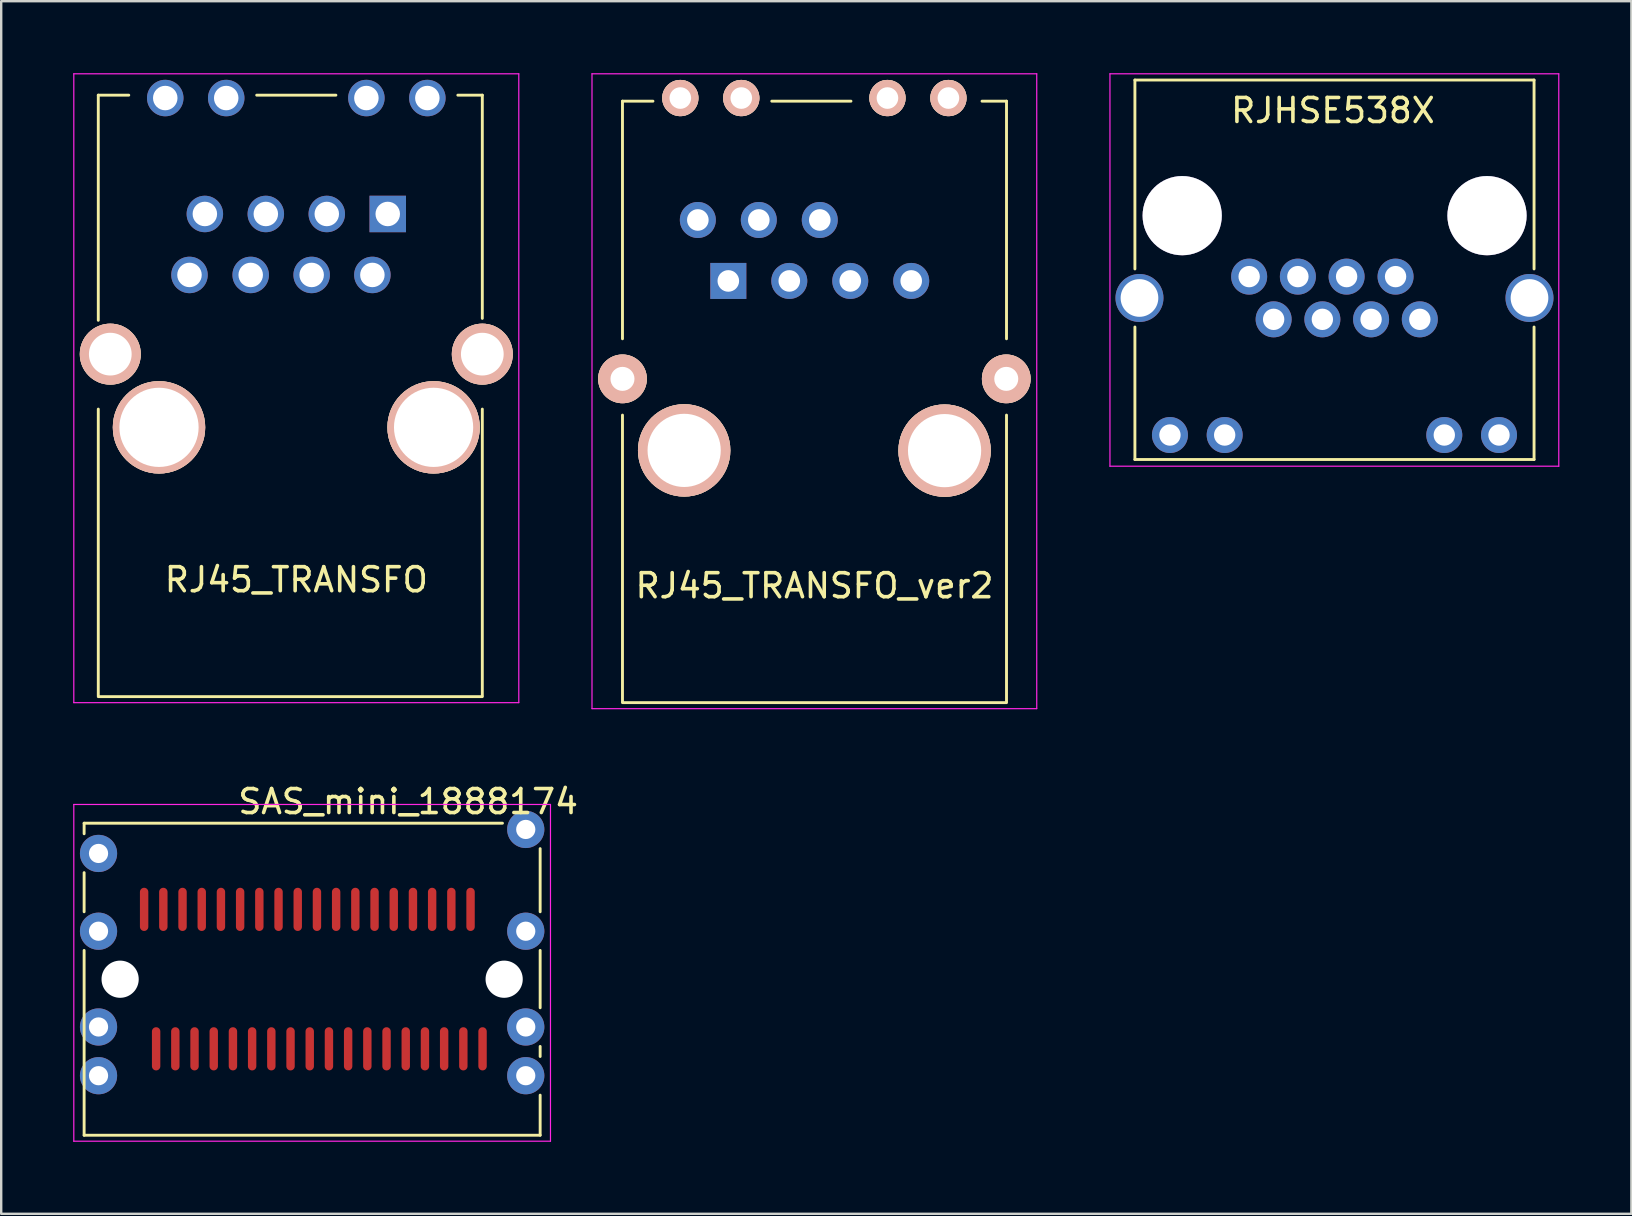
<source format=kicad_pcb>
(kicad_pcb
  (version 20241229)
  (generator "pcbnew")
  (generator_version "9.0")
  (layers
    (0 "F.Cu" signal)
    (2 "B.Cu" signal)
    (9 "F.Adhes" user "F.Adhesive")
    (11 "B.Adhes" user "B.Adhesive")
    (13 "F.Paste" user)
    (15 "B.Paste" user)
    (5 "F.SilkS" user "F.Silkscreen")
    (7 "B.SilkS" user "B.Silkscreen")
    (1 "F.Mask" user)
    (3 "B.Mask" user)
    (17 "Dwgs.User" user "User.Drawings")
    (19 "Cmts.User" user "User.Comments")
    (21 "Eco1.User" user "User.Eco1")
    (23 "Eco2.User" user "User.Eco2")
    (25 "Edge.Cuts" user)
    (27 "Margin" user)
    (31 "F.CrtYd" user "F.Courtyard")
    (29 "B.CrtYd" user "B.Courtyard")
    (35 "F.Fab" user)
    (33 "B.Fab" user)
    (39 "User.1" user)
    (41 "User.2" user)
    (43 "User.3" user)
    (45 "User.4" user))
  (footprint "SAS_mini_1888174"
    (layer "F.Cu")
    (at 9.955 36.638)
    (property "Reference" "SAS_mini_1888174" (at 4 -6.29 0) (layer "F.SilkS") (effects (font (size 1 1) (thickness 0.15))))
    (attr smd)
    (fp_line (start -9.5 -5.39) (end -9.5 -4.95) (stroke (width 0.12) (type solid)) (layer "F.SilkS"))
    (fp_line (start -9.5 -3.33) (end -9.5 -1.7) (stroke (width 0.12) (type solid)) (layer "F.SilkS"))
    (fp_line (start -9.5 -0.09) (end -9.5 7.61) (stroke (width 0.12) (type solid)) (layer "F.SilkS"))
    (fp_line (start -9.5 7.61) (end 9.5 7.61) (stroke (width 0.12) (type solid)) (layer "F.SilkS"))
    (fp_line (start 7.93 -5.39) (end -9.5 -5.39) (stroke (width 0.12) (type solid)) (layer "F.SilkS"))
    (fp_line (start 9.5 -4.33) (end 9.5 -1.7) (stroke (width 0.12) (type solid)) (layer "F.SilkS"))
    (fp_line (start 9.5 -0.09) (end 9.5 2.3) (stroke (width 0.12) (type solid)) (layer "F.SilkS"))
    (fp_line (start 9.5 3.91) (end 9.5 4.33) (stroke (width 0.12) (type solid)) (layer "F.SilkS"))
    (fp_line (start 9.5 5.94) (end 9.5 7.61) (stroke (width 0.12) (type solid)) (layer "F.SilkS"))
    (fp_line (start -9.93 -6.17) (end -9.93 7.86) (stroke (width 0.05) (type solid)) (layer "F.CrtYd"))
    (fp_line (start -9.93 -6.17) (end 9.93 -6.17) (stroke (width 0.05) (type solid)) (layer "F.CrtYd"))
    (fp_line (start 9.93 7.86) (end -9.93 7.86) (stroke (width 0.05) (type solid)) (layer "F.CrtYd"))
    (fp_line (start 9.93 7.86) (end 9.93 -6.17) (stroke (width 0.05) (type solid)) (layer "F.CrtYd"))
    (pad "" np_thru_hole circle (at -8 1.11) (size 1.55 1.55) (drill 1.55) (layers "*.Mask" "B.Cu"))
    (pad "" np_thru_hole circle (at 8 1.11) (size 1.55 1.55) (drill 1.55) (layers "*.Mask" "B.Cu"))
    (pad "1" thru_hole circle (at -8.9 -4.13) (size 1.55 1.55) (drill 0.8) (layers "*.Cu" "*.Mask"))
    (pad "2" thru_hole circle (at -8.9 -0.89) (size 1.55 1.55) (drill 0.8) (layers "*.Cu" "*.Mask"))
    (pad "3" thru_hole circle (at -8.9 3.1) (size 1.55 1.55) (drill 0.8) (layers "*.Cu" "*.Mask"))
    (pad "4" thru_hole circle (at -8.9 5.13) (size 1.55 1.55) (drill 0.8) (layers "*.Cu" "*.Mask"))
    (pad "5" thru_hole circle (at 8.9 -5.13) (size 1.55 1.55) (drill 0.8) (layers "*.Cu" "*.Mask"))
    (pad "6" thru_hole circle (at 8.9 -0.89) (size 1.55 1.55) (drill 0.8) (layers "*.Cu" "*.Mask"))
    (pad "7" thru_hole circle (at 8.9 3.1) (size 1.55 1.55) (drill 0.8) (layers "*.Cu" "*.Mask"))
    (pad "8" thru_hole circle (at 8.9 5.13) (size 1.55 1.55) (drill 0.8) (layers "*.Cu" "*.Mask"))
    (pad "A1" smd oval (at -6.5 4.01) (size 0.35 1.8) (layers "F.Cu" "F.Mask" "F.Paste"))
    (pad "A2" smd oval (at -5.7 4.01) (size 0.35 1.8) (layers "F.Cu" "F.Mask" "F.Paste"))
    (pad "A3" smd oval (at -4.9 4.01) (size 0.35 1.8) (layers "F.Cu" "F.Mask" "F.Paste"))
    (pad "A4" smd oval (at -4.1 4.01) (size 0.35 1.8) (layers "F.Cu" "F.Mask" "F.Paste"))
    (pad "A5" smd oval (at -3.3 4.01) (size 0.35 1.8) (layers "F.Cu" "F.Mask" "F.Paste"))
    (pad "A6" smd oval (at -2.5 4.01) (size 0.35 1.8) (layers "F.Cu" "F.Mask" "F.Paste"))
    (pad "A7" smd oval (at -1.7 4.01) (size 0.35 1.8) (layers "F.Cu" "F.Mask" "F.Paste"))
    (pad "A8" smd oval (at -0.9 4.01) (size 0.35 1.8) (layers "F.Cu" "F.Mask" "F.Paste"))
    (pad "A9" smd oval (at -0.1 4.01) (size 0.35 1.8) (layers "F.Cu" "F.Mask" "F.Paste"))
    (pad "A10" smd oval (at 0.7 4.01) (size 0.35 1.8) (layers "F.Cu" "F.Mask" "F.Paste"))
    (pad "A11" smd oval (at 1.5 4.01) (size 0.35 1.8) (layers "F.Cu" "F.Mask" "F.Paste"))
    (pad "A12" smd oval (at 2.3 4.01) (size 0.35 1.8) (layers "F.Cu" "F.Mask" "F.Paste"))
    (pad "A13" smd oval (at 3.1 4.01) (size 0.35 1.8) (layers "F.Cu" "F.Mask" "F.Paste"))
    (pad "A14" smd oval (at 3.9 4.01) (size 0.35 1.8) (layers "F.Cu" "F.Mask" "F.Paste"))
    (pad "A15" smd oval (at 4.7 4.01) (size 0.35 1.8) (layers "F.Cu" "F.Mask" "F.Paste"))
    (pad "A16" smd oval (at 5.5 4.01) (size 0.35 1.8) (layers "F.Cu" "F.Mask" "F.Paste"))
    (pad "A17" smd oval (at 6.3 4.01) (size 0.35 1.8) (layers "F.Cu" "F.Mask" "F.Paste"))
    (pad "A18" smd oval (at 7.1 4.01) (size 0.35 1.8) (layers "F.Cu" "F.Mask" "F.Paste"))
    (pad "B1" smd oval (at -7 -1.8) (size 0.35 1.8) (layers "F.Cu" "F.Mask" "F.Paste"))
    (pad "B2" smd oval (at -6.2 -1.8) (size 0.35 1.8) (layers "F.Cu" "F.Mask" "F.Paste"))
    (pad "B3" smd oval (at -5.4 -1.8) (size 0.35 1.8) (layers "F.Cu" "F.Mask" "F.Paste"))
    (pad "B4" smd oval (at -4.6 -1.8) (size 0.35 1.8) (layers "F.Cu" "F.Mask" "F.Paste"))
    (pad "B5" smd oval (at -3.8 -1.8) (size 0.35 1.8) (layers "F.Cu" "F.Mask" "F.Paste"))
    (pad "B6" smd oval (at -3 -1.8) (size 0.35 1.8) (layers "F.Cu" "F.Mask" "F.Paste"))
    (pad "B7" smd oval (at -2.2 -1.8) (size 0.35 1.8) (layers "F.Cu" "F.Mask" "F.Paste"))
    (pad "B8" smd oval (at -1.4 -1.8) (size 0.35 1.8) (layers "F.Cu" "F.Mask" "F.Paste"))
    (pad "B9" smd oval (at -0.6 -1.8) (size 0.35 1.8) (layers "F.Cu" "F.Mask" "F.Paste"))
    (pad "B10" smd oval (at 0.2 -1.8) (size 0.35 1.8) (layers "F.Cu" "F.Mask" "F.Paste"))
    (pad "B11" smd oval (at 1 -1.8) (size 0.35 1.8) (layers "F.Cu" "F.Mask" "F.Paste"))
    (pad "B12" smd oval (at 1.8 -1.8) (size 0.35 1.8) (layers "F.Cu" "F.Mask" "F.Paste"))
    (pad "B13" smd oval (at 2.6 -1.8) (size 0.35 1.8) (layers "F.Cu" "F.Mask" "F.Paste"))
    (pad "B14" smd oval (at 3.4 -1.8) (size 0.35 1.8) (layers "F.Cu" "F.Mask" "F.Paste"))
    (pad "B15" smd oval (at 4.2 -1.8) (size 0.35 1.8) (layers "F.Cu" "F.Mask" "F.Paste"))
    (pad "B16" smd oval (at 5 -1.8) (size 0.35 1.8) (layers "F.Cu" "F.Mask" "F.Paste"))
    (pad "B17" smd oval (at 5.8 -1.8) (size 0.35 1.8) (layers "F.Cu" "F.Mask" "F.Paste"))
    (pad "B18" smd oval (at 6.6 -1.8) (size 0.35 1.8) (layers "F.Cu" "F.Mask" "F.Paste")))
  (footprint "RJ45_TRANSFO_ver2"
    (layer "F.Cu")
    (at 27.295 8.655)
    (property "Reference" "RJ45_TRANSFO_ver2" (at 3.59 12.7 0) (layer "F.SilkS") (effects (font (size 1 1) (thickness 0.15))))
    (attr through_hole)
    (fp_line (start -4.41 -7.49) (end -3.14 -7.49) (stroke (width 0.12) (type solid)) (layer "F.SilkS"))
    (fp_line (start -4.41 2.41) (end -4.41 -7.49) (stroke (width 0.12) (type solid)) (layer "F.SilkS"))
    (fp_line (start -4.41 17.53) (end -4.41 5.59) (stroke (width 0.12) (type solid)) (layer "F.SilkS"))
    (fp_line (start -4.41 17.57) (end 11.59 17.57) (stroke (width 0.12) (type solid)) (layer "F.SilkS"))
    (fp_line (start 1.81 -7.49) (end 5.11 -7.49) (stroke (width 0.12) (type solid)) (layer "F.SilkS"))
    (fp_line (start 11.59 -7.49) (end 10.57 -7.49) (stroke (width 0.12) (type solid)) (layer "F.SilkS"))
    (fp_line (start 11.59 2.41) (end 11.59 -7.49) (stroke (width 0.12) (type solid)) (layer "F.SilkS"))
    (fp_line (start 11.59 17.53) (end 11.59 5.59) (stroke (width 0.12) (type solid)) (layer "F.SilkS"))
    (fp_line (start -5.68 -8.63) (end -5.68 17.82) (stroke (width 0.05) (type solid)) (layer "F.CrtYd"))
    (fp_line (start -5.68 -8.63) (end 12.85 -8.63) (stroke (width 0.05) (type solid)) (layer "F.CrtYd"))
    (fp_line (start 12.85 17.82) (end -5.68 17.82) (stroke (width 0.05) (type solid)) (layer "F.CrtYd"))
    (fp_line (start 12.85 17.82) (end 12.85 -8.63) (stroke (width 0.05) (type solid)) (layer "F.CrtYd"))
    (pad "1" thru_hole rect (at 0 0) (size 1.5 1.5) (drill 0.9) (layers "*.Cu" "*.Mask"))
    (pad "2" thru_hole circle (at -1.27 -2.54) (size 1.5 1.5) (drill 0.9) (layers "*.Cu" "*.Mask"))
    (pad "3" thru_hole circle (at 2.54 0) (size 1.5 1.5) (drill 0.9) (layers "*.Cu" "*.Mask"))
    (pad "4" thru_hole circle (at 1.27 -2.54) (size 1.5 1.5) (drill 0.9) (layers "*.Cu" "*.Mask"))
    (pad "5" thru_hole circle (at 5.08 0) (size 1.5 1.5) (drill 0.9) (layers "*.Cu" "*.Mask"))
    (pad "6" thru_hole circle (at 3.81 -2.54) (size 1.5 1.5) (drill 0.9) (layers "*.Cu" "*.Mask"))
    (pad "7" thru_hole circle (at 7.62 0) (size 1.5 1.5) (drill 0.9) (layers "*.Cu" "*.Mask"))
    (pad "9" thru_hole circle (at -4.41 4.08) (size 2.03 2.03) (drill 1) (layers "*.Cu" "*.SilkS" "*.Mask"))
    (pad "9" thru_hole circle (at 11.58 4.08) (size 2.03 2.03) (drill 1) (layers "*.Cu" "*.SilkS" "*.Mask"))
    (pad "Hole" thru_hole circle (at -2 -7.62) (size 1.51 1.51) (drill 0.9) (layers "*.Cu" "*.SilkS" "*.Mask"))
    (pad "Hole" thru_hole circle (at -1.84 7.06) (size 3.85 3.85) (drill 3.05) (layers "*.Cu" "*.SilkS" "*.Mask"))
    (pad "Hole" thru_hole circle (at 0.54 -7.62) (size 1.51 1.51) (drill 0.9) (layers "*.Cu" "*.SilkS" "*.Mask"))
    (pad "Hole" thru_hole circle (at 6.63 -7.62) (size 1.51 1.51) (drill 0.9) (layers "*.Cu" "*.SilkS" "*.Mask"))
    (pad "Hole" thru_hole circle (at 9.01 7.07) (size 3.85 3.85) (drill 3.05) (layers "*.Cu" "*.SilkS" "*.Mask"))
    (pad "Hole" thru_hole circle (at 9.17 -7.62) (size 1.51 1.51) (drill 0.9) (layers "*.Cu" "*.SilkS" "*.Mask")))
  (footprint "RJ45_TRANSFO"
    (layer "F.Cu")
    (at 13.105 5.865)
    (property "Reference" "RJ45_TRANSFO" (at -3.81 15.24 0) (layer "F.SilkS") (effects (font (size 1 1) (thickness 0.15))))
    (attr through_hole)
    (fp_line (start -12.06 -4.95) (end -12.06 4.43) (stroke (width 0.12) (type solid)) (layer "F.SilkS"))
    (fp_line (start -12.06 -4.95) (end -10.79 -4.95) (stroke (width 0.12) (type solid)) (layer "F.SilkS"))
    (fp_line (start -12.06 20.07) (end -12.06 8.13) (stroke (width 0.12) (type solid)) (layer "F.SilkS"))
    (fp_line (start -12.06 20.11) (end 3.94 20.11) (stroke (width 0.12) (type solid)) (layer "F.SilkS"))
    (fp_line (start -5.46 -4.95) (end -2.16 -4.95) (stroke (width 0.12) (type solid)) (layer "F.SilkS"))
    (fp_line (start 3.94 -4.95) (end 2.92 -4.95) (stroke (width 0.12) (type solid)) (layer "F.SilkS"))
    (fp_line (start 3.94 -4.95) (end 3.94 4.35) (stroke (width 0.12) (type solid)) (layer "F.SilkS"))
    (fp_line (start 3.94 20.07) (end 3.94 8.13) (stroke (width 0.12) (type solid)) (layer "F.SilkS"))
    (fp_line (start -13.08 -5.84) (end -13.08 20.36) (stroke (width 0.05) (type solid)) (layer "F.CrtYd"))
    (fp_line (start -13.08 -5.84) (end 5.46 -5.84) (stroke (width 0.05) (type solid)) (layer "F.CrtYd"))
    (fp_line (start 5.46 20.36) (end -13.08 20.36) (stroke (width 0.05) (type solid)) (layer "F.CrtYd"))
    (fp_line (start 5.46 20.36) (end 5.46 -5.84) (stroke (width 0.05) (type solid)) (layer "F.CrtYd"))
    (pad "1" thru_hole rect (at 0 0) (size 1.52 1.52) (drill 1.02) (layers "*.Cu" "*.Mask"))
    (pad "2" thru_hole circle (at -0.64 2.54) (size 1.52 1.52) (drill 1.02) (layers "*.Cu" "*.Mask"))
    (pad "3" thru_hole circle (at -2.54 0) (size 1.52 1.52) (drill 1.02) (layers "*.Cu" "*.Mask"))
    (pad "4" thru_hole circle (at -3.17 2.54) (size 1.52 1.52) (drill 1.02) (layers "*.Cu" "*.Mask"))
    (pad "5" thru_hole circle (at -5.08 0) (size 1.52 1.52) (drill 1.02) (layers "*.Cu" "*.Mask"))
    (pad "6" thru_hole circle (at -5.71 2.54) (size 1.52 1.52) (drill 1.02) (layers "*.Cu" "*.Mask"))
    (pad "7" thru_hole circle (at -7.62 0) (size 1.52 1.52) (drill 1.02) (layers "*.Cu" "*.Mask"))
    (pad "8" thru_hole circle (at -8.26 2.54) (size 1.52 1.52) (drill 1.02) (layers "*.Cu" "*.Mask"))
    (pad "13" thru_hole circle (at -11.56 5.84) (size 2.54 2.54) (drill 1.78) (layers "*.Cu" "*.SilkS" "*.Mask"))
    (pad "13" thru_hole circle (at 3.94 5.84) (size 2.54 2.54) (drill 1.78) (layers "*.Cu" "*.SilkS" "*.Mask"))
    (pad "GA" thru_hole circle (at -0.89 -4.83) (size 1.52 1.52) (drill 1.02) (layers "*.Cu" "*.Mask"))
    (pad "GK" thru_hole circle (at 1.65 -4.83) (size 1.52 1.52) (drill 1.02) (layers "*.Cu" "*.Mask"))
    (pad "Hole" thru_hole circle (at -9.53 8.89) (size 3.85 3.85) (drill 3.3) (layers "*.Cu" "*.SilkS" "*.Mask"))
    (pad "Hole" thru_hole circle (at 1.91 8.89) (size 3.85 3.85) (drill 3.3) (layers "*.Cu" "*.SilkS" "*.Mask"))
    (pad "YA" thru_hole circle (at -9.27 -4.83) (size 1.52 1.52) (drill 1.02) (layers "*.Cu" "*.Mask"))
    (pad "YK" thru_hole circle (at -6.73 -4.83) (size 1.52 1.52) (drill 1.02) (layers "*.Cu" "*.Mask")))
  (footprint "RJHSE538X"
    (layer "F.Cu")
    (at 48.995 8.475)
    (property "Reference" "RJHSE538X" (at 3.49 -6.92 0) (layer "F.SilkS") (effects (font (size 1 1) (thickness 0.15))))
    (attr through_hole)
    (fp_line (start -4.76 -8.19) (end -4.76 -0.32) (stroke (width 0.12) (type solid)) (layer "F.SilkS"))
    (fp_line (start -4.76 7.62) (end -4.76 2.1) (stroke (width 0.12) (type solid)) (layer "F.SilkS"))
    (fp_line (start 11.87 -8.19) (end -4.76 -8.19) (stroke (width 0.12) (type solid)) (layer "F.SilkS"))
    (fp_line (start 11.87 -8.19) (end 11.87 -0.32) (stroke (width 0.12) (type solid)) (layer "F.SilkS"))
    (fp_line (start 11.87 7.62) (end -4.76 7.62) (stroke (width 0.12) (type solid)) (layer "F.SilkS"))
    (fp_line (start 11.87 7.62) (end 11.87 2.1) (stroke (width 0.12) (type solid)) (layer "F.SilkS"))
    (fp_line (start -5.8 -8.45) (end -5.8 7.9) (stroke (width 0.05) (type solid)) (layer "F.CrtYd"))
    (fp_line (start -5.8 7.9) (end 12.9 7.9) (stroke (width 0.05) (type solid)) (layer "F.CrtYd"))
    (fp_line (start 12.9 -8.45) (end -5.8 -8.45) (stroke (width 0.05) (type solid)) (layer "F.CrtYd"))
    (fp_line (start 12.9 7.9) (end 12.9 -8.45) (stroke (width 0.05) (type solid)) (layer "F.CrtYd"))
    (pad "" thru_hole circle (at -4.57 0.89) (size 2 2) (drill 1.57) (layers "*.Cu" "*.Mask"))
    (pad "" thru_hole circle (at -2.79 -2.54) (size 3.3 3.3) (drill 3.3) (layers "*.Cu" "*.Mask"))
    (pad "" thru_hole circle (at 9.91 -2.54) (size 3.3 3.3) (drill 3.3) (layers "*.Cu" "*.Mask"))
    (pad "" thru_hole circle (at 11.68 0.89) (size 2 2) (drill 1.57) (layers "*.Cu" "*.Mask"))
    (pad "1" thru_hole circle (at 0 0) (size 1.5 1.5) (drill 0.89) (layers "*.Cu" "*.Mask"))
    (pad "2" thru_hole circle (at 1.02 1.78) (size 1.5 1.5) (drill 0.89) (layers "*.Cu" "*.Mask"))
    (pad "3" thru_hole circle (at 2.03 0) (size 1.5 1.5) (drill 0.89) (layers "*.Cu" "*.Mask"))
    (pad "4" thru_hole circle (at 3.05 1.78) (size 1.5 1.5) (drill 0.89) (layers "*.Cu" "*.Mask"))
    (pad "5" thru_hole circle (at 4.06 0) (size 1.5 1.5) (drill 0.89) (layers "*.Cu" "*.Mask"))
    (pad "6" thru_hole circle (at 5.08 1.78) (size 1.5 1.5) (drill 0.89) (layers "*.Cu" "*.Mask"))
    (pad "7" thru_hole circle (at 6.1 0) (size 1.5 1.5) (drill 0.89) (layers "*.Cu" "*.Mask"))
    (pad "8" thru_hole circle (at 7.11 1.78) (size 1.5 1.5) (drill 0.89) (layers "*.Cu" "*.Mask"))
    (pad "9" thru_hole circle (at -3.3 6.6) (size 1.5 1.5) (drill 0.89) (layers "*.Cu" "*.Mask"))
    (pad "10" thru_hole circle (at -1.02 6.6) (size 1.5 1.5) (drill 0.89) (layers "*.Cu" "*.Mask"))
    (pad "11" thru_hole circle (at 8.13 6.6) (size 1.5 1.5) (drill 0.89) (layers "*.Cu" "*.Mask"))
    (pad "12" thru_hole circle (at 10.41 6.6) (size 1.5 1.5) (drill 0.89) (layers "*.Cu" "*.Mask")))
  (gr_rect
    (start -3 -3)
    (end 64.92 47.523)
    (stroke (width 0.1) (type default))
    (fill no)
    (layer "Edge.Cuts")))
</source>
